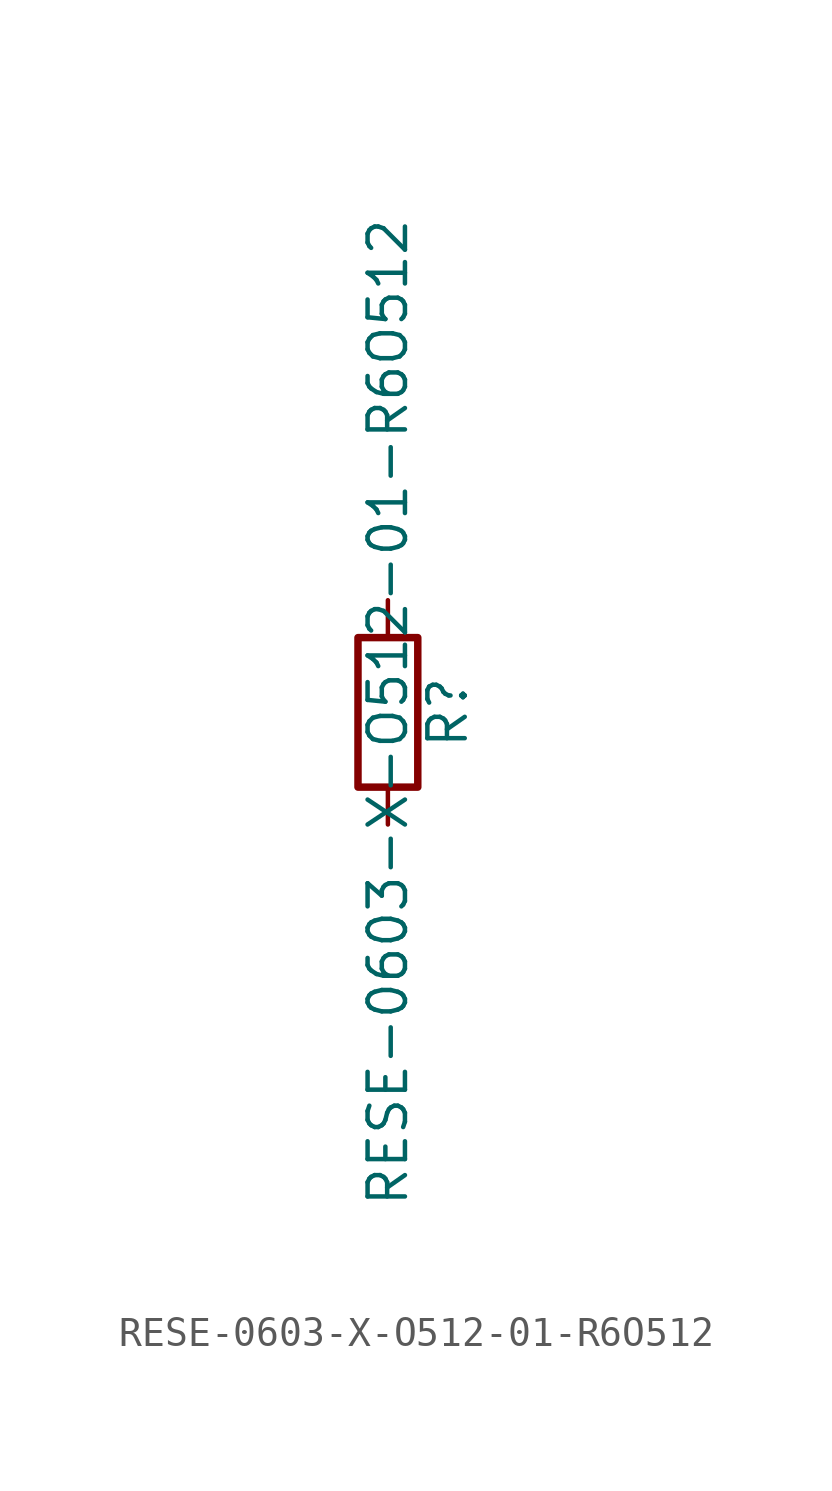
<source format=kicad_sym>
(kicad_symbol_lib
  (version 20211014)
  (generator kicad_symbol_editor)
  (symbol "RESE-0603-X-O512-01-R6O512"
    (pin_numbers hide)
    (pin_names
      (offset 0))
    (property "Reference" "R"
      (at 2.032 0 90)
      (effects (font (size 1.27 1.27))))
    (property "Value" "RESE-0603-X-O512-01-R6O512"
      (at 0 0 90)
      (effects (font (size 1.27 1.27))))
    (symbol "RESE-0603-X-O512-01-R6O512_0_1"
      (rectangle (start -1.016 -2.54) (end 1.016 2.54) (stroke (width 0.254) (type default) (color 0 0 0 0)) (fill (type none))))
    (symbol "RESE-0603-X-O512-01-R6O512_1_1"
      (pin passive line (at 0 3.81 270) (length 1.27) (name "~" (effects (font (size 1.27 1.27)))) (number "1" (effects (font (size 1.27 1.27)))))
      (pin passive line (at 0 -3.81 90) (length 1.27) (name "~" (effects (font (size 1.27 1.27)))) (number "2" (effects (font (size 1.27 1.27))))))))
</source>
